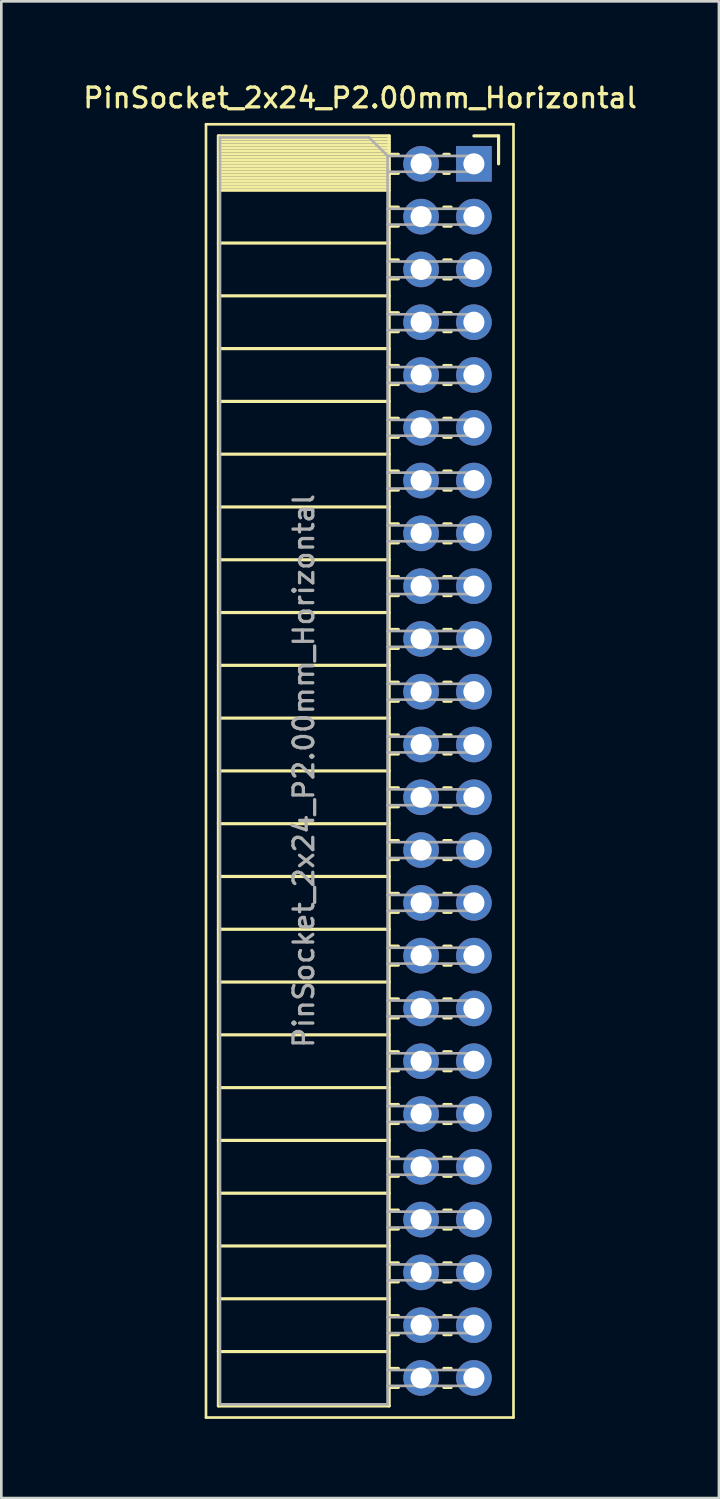
<source format=kicad_pcb>
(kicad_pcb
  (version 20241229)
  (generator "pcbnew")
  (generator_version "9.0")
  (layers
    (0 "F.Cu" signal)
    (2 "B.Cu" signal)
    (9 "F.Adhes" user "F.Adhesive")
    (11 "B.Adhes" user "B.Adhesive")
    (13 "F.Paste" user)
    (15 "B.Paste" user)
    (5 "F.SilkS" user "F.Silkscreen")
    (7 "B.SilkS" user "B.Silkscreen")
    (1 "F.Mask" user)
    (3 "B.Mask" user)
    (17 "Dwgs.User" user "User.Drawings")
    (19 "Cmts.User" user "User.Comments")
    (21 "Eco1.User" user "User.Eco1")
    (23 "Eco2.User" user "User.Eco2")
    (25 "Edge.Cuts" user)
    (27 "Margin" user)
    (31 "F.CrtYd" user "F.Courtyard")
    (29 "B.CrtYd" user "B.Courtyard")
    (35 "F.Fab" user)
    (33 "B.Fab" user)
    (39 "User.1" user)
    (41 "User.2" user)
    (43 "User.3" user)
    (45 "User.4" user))
  (footprint "PinSocket_2x24_P2.00mm_Horizontal"
    (layer "F.Cu")
    (at 14.905 3.158)
    (property "Reference" "PinSocket_2x24_P2.00mm_Horizontal" (at -4.31 -2.5 0) (layer "F.SilkS") (effects (font (size 0.75 0.75) (thickness 0.125))))
    (attr through_hole)
    (fp_line (start -10.15 -1.5) (end -10.15 47.5) (stroke (width 0.1) (type solid)) (layer "F.SilkS"))
    (fp_line (start -10.15 47.5) (end 1.5 47.5) (stroke (width 0.1) (type solid)) (layer "F.SilkS"))
    (fp_line (start -9.68 -1.06) (end -9.68 47.06) (stroke (width 0.12) (type solid)) (layer "F.SilkS"))
    (fp_line (start -9.68 -1.06) (end -3.21 -1.06) (stroke (width 0.12) (type solid)) (layer "F.SilkS"))
    (fp_line (start -9.68 -0.94) (end -3.21 -0.94) (stroke (width 0.12) (type solid)) (layer "F.SilkS"))
    (fp_line (start -9.68 -0.826) (end -3.21 -0.826) (stroke (width 0.12) (type solid)) (layer "F.SilkS"))
    (fp_line (start -9.68 -0.712) (end -3.21 -0.712) (stroke (width 0.12) (type solid)) (layer "F.SilkS"))
    (fp_line (start -9.68 -0.598) (end -3.21 -0.598) (stroke (width 0.12) (type solid)) (layer "F.SilkS"))
    (fp_line (start -9.68 -0.484) (end -3.21 -0.484) (stroke (width 0.12) (type solid)) (layer "F.SilkS"))
    (fp_line (start -9.68 -0.369) (end -3.21 -0.369) (stroke (width 0.12) (type solid)) (layer "F.SilkS"))
    (fp_line (start -9.68 -0.255) (end -3.21 -0.255) (stroke (width 0.12) (type solid)) (layer "F.SilkS"))
    (fp_line (start -9.68 -0.141) (end -3.21 -0.141) (stroke (width 0.12) (type solid)) (layer "F.SilkS"))
    (fp_line (start -9.68 -0.027) (end -3.21 -0.027) (stroke (width 0.12) (type solid)) (layer "F.SilkS"))
    (fp_line (start -9.68 0.087) (end -3.21 0.087) (stroke (width 0.12) (type solid)) (layer "F.SilkS"))
    (fp_line (start -9.68 0.201) (end -3.21 0.201) (stroke (width 0.12) (type solid)) (layer "F.SilkS"))
    (fp_line (start -9.68 0.315) (end -3.21 0.315) (stroke (width 0.12) (type solid)) (layer "F.SilkS"))
    (fp_line (start -9.68 0.429) (end -3.21 0.429) (stroke (width 0.12) (type solid)) (layer "F.SilkS"))
    (fp_line (start -9.68 0.544) (end -3.21 0.544) (stroke (width 0.12) (type solid)) (layer "F.SilkS"))
    (fp_line (start -9.68 0.658) (end -3.21 0.658) (stroke (width 0.12) (type solid)) (layer "F.SilkS"))
    (fp_line (start -9.68 0.772) (end -3.21 0.772) (stroke (width 0.12) (type solid)) (layer "F.SilkS"))
    (fp_line (start -9.68 0.886) (end -3.21 0.886) (stroke (width 0.12) (type solid)) (layer "F.SilkS"))
    (fp_line (start -9.68 1) (end -3.21 1) (stroke (width 0.12) (type solid)) (layer "F.SilkS"))
    (fp_line (start -9.68 3) (end -3.21 3) (stroke (width 0.12) (type solid)) (layer "F.SilkS"))
    (fp_line (start -9.68 5) (end -3.21 5) (stroke (width 0.12) (type solid)) (layer "F.SilkS"))
    (fp_line (start -9.68 7) (end -3.21 7) (stroke (width 0.12) (type solid)) (layer "F.SilkS"))
    (fp_line (start -9.68 9) (end -3.21 9) (stroke (width 0.12) (type solid)) (layer "F.SilkS"))
    (fp_line (start -9.68 11) (end -3.21 11) (stroke (width 0.12) (type solid)) (layer "F.SilkS"))
    (fp_line (start -9.68 13) (end -3.21 13) (stroke (width 0.12) (type solid)) (layer "F.SilkS"))
    (fp_line (start -9.68 15) (end -3.21 15) (stroke (width 0.12) (type solid)) (layer "F.SilkS"))
    (fp_line (start -9.68 17) (end -3.21 17) (stroke (width 0.12) (type solid)) (layer "F.SilkS"))
    (fp_line (start -9.68 19) (end -3.21 19) (stroke (width 0.12) (type solid)) (layer "F.SilkS"))
    (fp_line (start -9.68 21) (end -3.21 21) (stroke (width 0.12) (type solid)) (layer "F.SilkS"))
    (fp_line (start -9.68 23) (end -3.21 23) (stroke (width 0.12) (type solid)) (layer "F.SilkS"))
    (fp_line (start -9.68 25) (end -3.21 25) (stroke (width 0.12) (type solid)) (layer "F.SilkS"))
    (fp_line (start -9.68 27) (end -3.21 27) (stroke (width 0.12) (type solid)) (layer "F.SilkS"))
    (fp_line (start -9.68 29) (end -3.21 29) (stroke (width 0.12) (type solid)) (layer "F.SilkS"))
    (fp_line (start -9.68 31) (end -3.21 31) (stroke (width 0.12) (type solid)) (layer "F.SilkS"))
    (fp_line (start -9.68 33) (end -3.21 33) (stroke (width 0.12) (type solid)) (layer "F.SilkS"))
    (fp_line (start -9.68 35) (end -3.21 35) (stroke (width 0.12) (type solid)) (layer "F.SilkS"))
    (fp_line (start -9.68 37) (end -3.21 37) (stroke (width 0.12) (type solid)) (layer "F.SilkS"))
    (fp_line (start -9.68 39) (end -3.21 39) (stroke (width 0.12) (type solid)) (layer "F.SilkS"))
    (fp_line (start -9.68 41) (end -3.21 41) (stroke (width 0.12) (type solid)) (layer "F.SilkS"))
    (fp_line (start -9.68 43) (end -3.21 43) (stroke (width 0.12) (type solid)) (layer "F.SilkS"))
    (fp_line (start -9.68 45) (end -3.21 45) (stroke (width 0.12) (type solid)) (layer "F.SilkS"))
    (fp_line (start -9.68 47.06) (end -3.21 47.06) (stroke (width 0.12) (type solid)) (layer "F.SilkS"))
    (fp_line (start -3.21 -1.06) (end -3.21 47.06) (stroke (width 0.12) (type solid)) (layer "F.SilkS"))
    (fp_line (start -3.21 -0.36) (end -2.863 -0.36) (stroke (width 0.12) (type solid)) (layer "F.SilkS"))
    (fp_line (start -3.21 0.36) (end -2.863 0.36) (stroke (width 0.12) (type solid)) (layer "F.SilkS"))
    (fp_line (start -3.21 1.64) (end -2.863 1.64) (stroke (width 0.12) (type solid)) (layer "F.SilkS"))
    (fp_line (start -3.21 2.36) (end -2.863 2.36) (stroke (width 0.12) (type solid)) (layer "F.SilkS"))
    (fp_line (start -3.21 3.64) (end -2.863 3.64) (stroke (width 0.12) (type solid)) (layer "F.SilkS"))
    (fp_line (start -3.21 4.36) (end -2.863 4.36) (stroke (width 0.12) (type solid)) (layer "F.SilkS"))
    (fp_line (start -3.21 5.64) (end -2.863 5.64) (stroke (width 0.12) (type solid)) (layer "F.SilkS"))
    (fp_line (start -3.21 6.36) (end -2.863 6.36) (stroke (width 0.12) (type solid)) (layer "F.SilkS"))
    (fp_line (start -3.21 7.64) (end -2.863 7.64) (stroke (width 0.12) (type solid)) (layer "F.SilkS"))
    (fp_line (start -3.21 8.36) (end -2.863 8.36) (stroke (width 0.12) (type solid)) (layer "F.SilkS"))
    (fp_line (start -3.21 9.64) (end -2.863 9.64) (stroke (width 0.12) (type solid)) (layer "F.SilkS"))
    (fp_line (start -3.21 10.36) (end -2.863 10.36) (stroke (width 0.12) (type solid)) (layer "F.SilkS"))
    (fp_line (start -3.21 11.64) (end -2.863 11.64) (stroke (width 0.12) (type solid)) (layer "F.SilkS"))
    (fp_line (start -3.21 12.36) (end -2.863 12.36) (stroke (width 0.12) (type solid)) (layer "F.SilkS"))
    (fp_line (start -3.21 13.64) (end -2.863 13.64) (stroke (width 0.12) (type solid)) (layer "F.SilkS"))
    (fp_line (start -3.21 14.36) (end -2.863 14.36) (stroke (width 0.12) (type solid)) (layer "F.SilkS"))
    (fp_line (start -3.21 15.64) (end -2.863 15.64) (stroke (width 0.12) (type solid)) (layer "F.SilkS"))
    (fp_line (start -3.21 16.36) (end -2.863 16.36) (stroke (width 0.12) (type solid)) (layer "F.SilkS"))
    (fp_line (start -3.21 17.64) (end -2.863 17.64) (stroke (width 0.12) (type solid)) (layer "F.SilkS"))
    (fp_line (start -3.21 18.36) (end -2.863 18.36) (stroke (width 0.12) (type solid)) (layer "F.SilkS"))
    (fp_line (start -3.21 19.64) (end -2.863 19.64) (stroke (width 0.12) (type solid)) (layer "F.SilkS"))
    (fp_line (start -3.21 20.36) (end -2.863 20.36) (stroke (width 0.12) (type solid)) (layer "F.SilkS"))
    (fp_line (start -3.21 21.64) (end -2.863 21.64) (stroke (width 0.12) (type solid)) (layer "F.SilkS"))
    (fp_line (start -3.21 22.36) (end -2.863 22.36) (stroke (width 0.12) (type solid)) (layer "F.SilkS"))
    (fp_line (start -3.21 23.64) (end -2.863 23.64) (stroke (width 0.12) (type solid)) (layer "F.SilkS"))
    (fp_line (start -3.21 24.36) (end -2.863 24.36) (stroke (width 0.12) (type solid)) (layer "F.SilkS"))
    (fp_line (start -3.21 25.64) (end -2.863 25.64) (stroke (width 0.12) (type solid)) (layer "F.SilkS"))
    (fp_line (start -3.21 26.36) (end -2.863 26.36) (stroke (width 0.12) (type solid)) (layer "F.SilkS"))
    (fp_line (start -3.21 27.64) (end -2.863 27.64) (stroke (width 0.12) (type solid)) (layer "F.SilkS"))
    (fp_line (start -3.21 28.36) (end -2.863 28.36) (stroke (width 0.12) (type solid)) (layer "F.SilkS"))
    (fp_line (start -3.21 29.64) (end -2.863 29.64) (stroke (width 0.12) (type solid)) (layer "F.SilkS"))
    (fp_line (start -3.21 30.36) (end -2.863 30.36) (stroke (width 0.12) (type solid)) (layer "F.SilkS"))
    (fp_line (start -3.21 31.64) (end -2.863 31.64) (stroke (width 0.12) (type solid)) (layer "F.SilkS"))
    (fp_line (start -3.21 32.36) (end -2.863 32.36) (stroke (width 0.12) (type solid)) (layer "F.SilkS"))
    (fp_line (start -3.21 33.64) (end -2.863 33.64) (stroke (width 0.12) (type solid)) (layer "F.SilkS"))
    (fp_line (start -3.21 34.36) (end -2.863 34.36) (stroke (width 0.12) (type solid)) (layer "F.SilkS"))
    (fp_line (start -3.21 35.64) (end -2.863 35.64) (stroke (width 0.12) (type solid)) (layer "F.SilkS"))
    (fp_line (start -3.21 36.36) (end -2.863 36.36) (stroke (width 0.12) (type solid)) (layer "F.SilkS"))
    (fp_line (start -3.21 37.64) (end -2.863 37.64) (stroke (width 0.12) (type solid)) (layer "F.SilkS"))
    (fp_line (start -3.21 38.36) (end -2.863 38.36) (stroke (width 0.12) (type solid)) (layer "F.SilkS"))
    (fp_line (start -3.21 39.64) (end -2.863 39.64) (stroke (width 0.12) (type solid)) (layer "F.SilkS"))
    (fp_line (start -3.21 40.36) (end -2.863 40.36) (stroke (width 0.12) (type solid)) (layer "F.SilkS"))
    (fp_line (start -3.21 41.64) (end -2.863 41.64) (stroke (width 0.12) (type solid)) (layer "F.SilkS"))
    (fp_line (start -3.21 42.36) (end -2.863 42.36) (stroke (width 0.12) (type solid)) (layer "F.SilkS"))
    (fp_line (start -3.21 43.64) (end -2.863 43.64) (stroke (width 0.12) (type solid)) (layer "F.SilkS"))
    (fp_line (start -3.21 44.36) (end -2.863 44.36) (stroke (width 0.12) (type solid)) (layer "F.SilkS"))
    (fp_line (start -3.21 45.64) (end -2.863 45.64) (stroke (width 0.12) (type solid)) (layer "F.SilkS"))
    (fp_line (start -3.21 46.36) (end -2.863 46.36) (stroke (width 0.12) (type solid)) (layer "F.SilkS"))
    (fp_line (start -1.137 -0.36) (end -0.935 -0.36) (stroke (width 0.12) (type solid)) (layer "F.SilkS"))
    (fp_line (start -1.137 0.36) (end -0.935 0.36) (stroke (width 0.12) (type solid)) (layer "F.SilkS"))
    (fp_line (start -1.137 1.64) (end -0.863 1.64) (stroke (width 0.12) (type solid)) (layer "F.SilkS"))
    (fp_line (start -1.137 2.36) (end -0.863 2.36) (stroke (width 0.12) (type solid)) (layer "F.SilkS"))
    (fp_line (start -1.137 3.64) (end -0.863 3.64) (stroke (width 0.12) (type solid)) (layer "F.SilkS"))
    (fp_line (start -1.137 4.36) (end -0.863 4.36) (stroke (width 0.12) (type solid)) (layer "F.SilkS"))
    (fp_line (start -1.137 5.64) (end -0.863 5.64) (stroke (width 0.12) (type solid)) (layer "F.SilkS"))
    (fp_line (start -1.137 6.36) (end -0.863 6.36) (stroke (width 0.12) (type solid)) (layer "F.SilkS"))
    (fp_line (start -1.137 7.64) (end -0.863 7.64) (stroke (width 0.12) (type solid)) (layer "F.SilkS"))
    (fp_line (start -1.137 8.36) (end -0.863 8.36) (stroke (width 0.12) (type solid)) (layer "F.SilkS"))
    (fp_line (start -1.137 9.64) (end -0.863 9.64) (stroke (width 0.12) (type solid)) (layer "F.SilkS"))
    (fp_line (start -1.137 10.36) (end -0.863 10.36) (stroke (width 0.12) (type solid)) (layer "F.SilkS"))
    (fp_line (start -1.137 11.64) (end -0.863 11.64) (stroke (width 0.12) (type solid)) (layer "F.SilkS"))
    (fp_line (start -1.137 12.36) (end -0.863 12.36) (stroke (width 0.12) (type solid)) (layer "F.SilkS"))
    (fp_line (start -1.137 13.64) (end -0.863 13.64) (stroke (width 0.12) (type solid)) (layer "F.SilkS"))
    (fp_line (start -1.137 14.36) (end -0.863 14.36) (stroke (width 0.12) (type solid)) (layer "F.SilkS"))
    (fp_line (start -1.137 15.64) (end -0.863 15.64) (stroke (width 0.12) (type solid)) (layer "F.SilkS"))
    (fp_line (start -1.137 16.36) (end -0.863 16.36) (stroke (width 0.12) (type solid)) (layer "F.SilkS"))
    (fp_line (start -1.137 17.64) (end -0.863 17.64) (stroke (width 0.12) (type solid)) (layer "F.SilkS"))
    (fp_line (start -1.137 18.36) (end -0.863 18.36) (stroke (width 0.12) (type solid)) (layer "F.SilkS"))
    (fp_line (start -1.137 19.64) (end -0.863 19.64) (stroke (width 0.12) (type solid)) (layer "F.SilkS"))
    (fp_line (start -1.137 20.36) (end -0.863 20.36) (stroke (width 0.12) (type solid)) (layer "F.SilkS"))
    (fp_line (start -1.137 21.64) (end -0.863 21.64) (stroke (width 0.12) (type solid)) (layer "F.SilkS"))
    (fp_line (start -1.137 22.36) (end -0.863 22.36) (stroke (width 0.12) (type solid)) (layer "F.SilkS"))
    (fp_line (start -1.137 23.64) (end -0.863 23.64) (stroke (width 0.12) (type solid)) (layer "F.SilkS"))
    (fp_line (start -1.137 24.36) (end -0.863 24.36) (stroke (width 0.12) (type solid)) (layer "F.SilkS"))
    (fp_line (start -1.137 25.64) (end -0.863 25.64) (stroke (width 0.12) (type solid)) (layer "F.SilkS"))
    (fp_line (start -1.137 26.36) (end -0.863 26.36) (stroke (width 0.12) (type solid)) (layer "F.SilkS"))
    (fp_line (start -1.137 27.64) (end -0.863 27.64) (stroke (width 0.12) (type solid)) (layer "F.SilkS"))
    (fp_line (start -1.137 28.36) (end -0.863 28.36) (stroke (width 0.12) (type solid)) (layer "F.SilkS"))
    (fp_line (start -1.137 29.64) (end -0.863 29.64) (stroke (width 0.12) (type solid)) (layer "F.SilkS"))
    (fp_line (start -1.137 30.36) (end -0.863 30.36) (stroke (width 0.12) (type solid)) (layer "F.SilkS"))
    (fp_line (start -1.137 31.64) (end -0.863 31.64) (stroke (width 0.12) (type solid)) (layer "F.SilkS"))
    (fp_line (start -1.137 32.36) (end -0.863 32.36) (stroke (width 0.12) (type solid)) (layer "F.SilkS"))
    (fp_line (start -1.137 33.64) (end -0.863 33.64) (stroke (width 0.12) (type solid)) (layer "F.SilkS"))
    (fp_line (start -1.137 34.36) (end -0.863 34.36) (stroke (width 0.12) (type solid)) (layer "F.SilkS"))
    (fp_line (start -1.137 35.64) (end -0.863 35.64) (stroke (width 0.12) (type solid)) (layer "F.SilkS"))
    (fp_line (start -1.137 36.36) (end -0.863 36.36) (stroke (width 0.12) (type solid)) (layer "F.SilkS"))
    (fp_line (start -1.137 37.64) (end -0.863 37.64) (stroke (width 0.12) (type solid)) (layer "F.SilkS"))
    (fp_line (start -1.137 38.36) (end -0.863 38.36) (stroke (width 0.12) (type solid)) (layer "F.SilkS"))
    (fp_line (start -1.137 39.64) (end -0.863 39.64) (stroke (width 0.12) (type solid)) (layer "F.SilkS"))
    (fp_line (start -1.137 40.36) (end -0.863 40.36) (stroke (width 0.12) (type solid)) (layer "F.SilkS"))
    (fp_line (start -1.137 41.64) (end -0.863 41.64) (stroke (width 0.12) (type solid)) (layer "F.SilkS"))
    (fp_line (start -1.137 42.36) (end -0.863 42.36) (stroke (width 0.12) (type solid)) (layer "F.SilkS"))
    (fp_line (start -1.137 43.64) (end -0.863 43.64) (stroke (width 0.12) (type solid)) (layer "F.SilkS"))
    (fp_line (start -1.137 44.36) (end -0.863 44.36) (stroke (width 0.12) (type solid)) (layer "F.SilkS"))
    (fp_line (start -1.137 45.64) (end -0.863 45.64) (stroke (width 0.12) (type solid)) (layer "F.SilkS"))
    (fp_line (start -1.137 46.36) (end -0.863 46.36) (stroke (width 0.12) (type solid)) (layer "F.SilkS"))
    (fp_line (start 0 -1.06) (end 0.935 -1.06) (stroke (width 0.12) (type solid)) (layer "F.SilkS"))
    (fp_line (start 0.935 -1.06) (end 0.935 0) (stroke (width 0.12) (type solid)) (layer "F.SilkS"))
    (fp_line (start 1.5 -1.5) (end -10.15 -1.5) (stroke (width 0.1) (type solid)) (layer "F.SilkS"))
    (fp_line (start 1.5 47.5) (end 1.5 -1.5) (stroke (width 0.1) (type solid)) (layer "F.SilkS"))
    (fp_line (start -9.62 -1) (end -3.97 -1) (stroke (width 0.1) (type solid)) (layer "F.Fab"))
    (fp_line (start -9.62 47) (end -9.62 -1) (stroke (width 0.1) (type solid)) (layer "F.Fab"))
    (fp_line (start -3.97 -1) (end -3.27 -0.3) (stroke (width 0.1) (type solid)) (layer "F.Fab"))
    (fp_line (start -3.27 -0.3) (end -3.27 47) (stroke (width 0.1) (type solid)) (layer "F.Fab"))
    (fp_line (start -3.27 0.3) (end 0 0.3) (stroke (width 0.1) (type solid)) (layer "F.Fab"))
    (fp_line (start -3.27 2.3) (end 0 2.3) (stroke (width 0.1) (type solid)) (layer "F.Fab"))
    (fp_line (start -3.27 4.3) (end 0 4.3) (stroke (width 0.1) (type solid)) (layer "F.Fab"))
    (fp_line (start -3.27 6.3) (end 0 6.3) (stroke (width 0.1) (type solid)) (layer "F.Fab"))
    (fp_line (start -3.27 8.3) (end 0 8.3) (stroke (width 0.1) (type solid)) (layer "F.Fab"))
    (fp_line (start -3.27 10.3) (end 0 10.3) (stroke (width 0.1) (type solid)) (layer "F.Fab"))
    (fp_line (start -3.27 12.3) (end 0 12.3) (stroke (width 0.1) (type solid)) (layer "F.Fab"))
    (fp_line (start -3.27 14.3) (end 0 14.3) (stroke (width 0.1) (type solid)) (layer "F.Fab"))
    (fp_line (start -3.27 16.3) (end 0 16.3) (stroke (width 0.1) (type solid)) (layer "F.Fab"))
    (fp_line (start -3.27 18.3) (end 0 18.3) (stroke (width 0.1) (type solid)) (layer "F.Fab"))
    (fp_line (start -3.27 20.3) (end 0 20.3) (stroke (width 0.1) (type solid)) (layer "F.Fab"))
    (fp_line (start -3.27 22.3) (end 0 22.3) (stroke (width 0.1) (type solid)) (layer "F.Fab"))
    (fp_line (start -3.27 24.3) (end 0 24.3) (stroke (width 0.1) (type solid)) (layer "F.Fab"))
    (fp_line (start -3.27 26.3) (end 0 26.3) (stroke (width 0.1) (type solid)) (layer "F.Fab"))
    (fp_line (start -3.27 28.3) (end 0 28.3) (stroke (width 0.1) (type solid)) (layer "F.Fab"))
    (fp_line (start -3.27 30.3) (end 0 30.3) (stroke (width 0.1) (type solid)) (layer "F.Fab"))
    (fp_line (start -3.27 32.3) (end 0 32.3) (stroke (width 0.1) (type solid)) (layer "F.Fab"))
    (fp_line (start -3.27 34.3) (end 0 34.3) (stroke (width 0.1) (type solid)) (layer "F.Fab"))
    (fp_line (start -3.27 36.3) (end 0 36.3) (stroke (width 0.1) (type solid)) (layer "F.Fab"))
    (fp_line (start -3.27 38.3) (end 0 38.3) (stroke (width 0.1) (type solid)) (layer "F.Fab"))
    (fp_line (start -3.27 40.3) (end 0 40.3) (stroke (width 0.1) (type solid)) (layer "F.Fab"))
    (fp_line (start -3.27 42.3) (end 0 42.3) (stroke (width 0.1) (type solid)) (layer "F.Fab"))
    (fp_line (start -3.27 44.3) (end 0 44.3) (stroke (width 0.1) (type solid)) (layer "F.Fab"))
    (fp_line (start -3.27 46.3) (end 0 46.3) (stroke (width 0.1) (type solid)) (layer "F.Fab"))
    (fp_line (start -3.27 47) (end -9.62 47) (stroke (width 0.1) (type solid)) (layer "F.Fab"))
    (fp_line (start 0 -0.3) (end -3.27 -0.3) (stroke (width 0.1) (type solid)) (layer "F.Fab"))
    (fp_line (start 0 0.3) (end 0 -0.3) (stroke (width 0.1) (type solid)) (layer "F.Fab"))
    (fp_line (start 0 1.7) (end -3.27 1.7) (stroke (width 0.1) (type solid)) (layer "F.Fab"))
    (fp_line (start 0 2.3) (end 0 1.7) (stroke (width 0.1) (type solid)) (layer "F.Fab"))
    (fp_line (start 0 3.7) (end -3.27 3.7) (stroke (width 0.1) (type solid)) (layer "F.Fab"))
    (fp_line (start 0 4.3) (end 0 3.7) (stroke (width 0.1) (type solid)) (layer "F.Fab"))
    (fp_line (start 0 5.7) (end -3.27 5.7) (stroke (width 0.1) (type solid)) (layer "F.Fab"))
    (fp_line (start 0 6.3) (end 0 5.7) (stroke (width 0.1) (type solid)) (layer "F.Fab"))
    (fp_line (start 0 7.7) (end -3.27 7.7) (stroke (width 0.1) (type solid)) (layer "F.Fab"))
    (fp_line (start 0 8.3) (end 0 7.7) (stroke (width 0.1) (type solid)) (layer "F.Fab"))
    (fp_line (start 0 9.7) (end -3.27 9.7) (stroke (width 0.1) (type solid)) (layer "F.Fab"))
    (fp_line (start 0 10.3) (end 0 9.7) (stroke (width 0.1) (type solid)) (layer "F.Fab"))
    (fp_line (start 0 11.7) (end -3.27 11.7) (stroke (width 0.1) (type solid)) (layer "F.Fab"))
    (fp_line (start 0 12.3) (end 0 11.7) (stroke (width 0.1) (type solid)) (layer "F.Fab"))
    (fp_line (start 0 13.7) (end -3.27 13.7) (stroke (width 0.1) (type solid)) (layer "F.Fab"))
    (fp_line (start 0 14.3) (end 0 13.7) (stroke (width 0.1) (type solid)) (layer "F.Fab"))
    (fp_line (start 0 15.7) (end -3.27 15.7) (stroke (width 0.1) (type solid)) (layer "F.Fab"))
    (fp_line (start 0 16.3) (end 0 15.7) (stroke (width 0.1) (type solid)) (layer "F.Fab"))
    (fp_line (start 0 17.7) (end -3.27 17.7) (stroke (width 0.1) (type solid)) (layer "F.Fab"))
    (fp_line (start 0 18.3) (end 0 17.7) (stroke (width 0.1) (type solid)) (layer "F.Fab"))
    (fp_line (start 0 19.7) (end -3.27 19.7) (stroke (width 0.1) (type solid)) (layer "F.Fab"))
    (fp_line (start 0 20.3) (end 0 19.7) (stroke (width 0.1) (type solid)) (layer "F.Fab"))
    (fp_line (start 0 21.7) (end -3.27 21.7) (stroke (width 0.1) (type solid)) (layer "F.Fab"))
    (fp_line (start 0 22.3) (end 0 21.7) (stroke (width 0.1) (type solid)) (layer "F.Fab"))
    (fp_line (start 0 23.7) (end -3.27 23.7) (stroke (width 0.1) (type solid)) (layer "F.Fab"))
    (fp_line (start 0 24.3) (end 0 23.7) (stroke (width 0.1) (type solid)) (layer "F.Fab"))
    (fp_line (start 0 25.7) (end -3.27 25.7) (stroke (width 0.1) (type solid)) (layer "F.Fab"))
    (fp_line (start 0 26.3) (end 0 25.7) (stroke (width 0.1) (type solid)) (layer "F.Fab"))
    (fp_line (start 0 27.7) (end -3.27 27.7) (stroke (width 0.1) (type solid)) (layer "F.Fab"))
    (fp_line (start 0 28.3) (end 0 27.7) (stroke (width 0.1) (type solid)) (layer "F.Fab"))
    (fp_line (start 0 29.7) (end -3.27 29.7) (stroke (width 0.1) (type solid)) (layer "F.Fab"))
    (fp_line (start 0 30.3) (end 0 29.7) (stroke (width 0.1) (type solid)) (layer "F.Fab"))
    (fp_line (start 0 31.7) (end -3.27 31.7) (stroke (width 0.1) (type solid)) (layer "F.Fab"))
    (fp_line (start 0 32.3) (end 0 31.7) (stroke (width 0.1) (type solid)) (layer "F.Fab"))
    (fp_line (start 0 33.7) (end -3.27 33.7) (stroke (width 0.1) (type solid)) (layer "F.Fab"))
    (fp_line (start 0 34.3) (end 0 33.7) (stroke (width 0.1) (type solid)) (layer "F.Fab"))
    (fp_line (start 0 35.7) (end -3.27 35.7) (stroke (width 0.1) (type solid)) (layer "F.Fab"))
    (fp_line (start 0 36.3) (end 0 35.7) (stroke (width 0.1) (type solid)) (layer "F.Fab"))
    (fp_line (start 0 37.7) (end -3.27 37.7) (stroke (width 0.1) (type solid)) (layer "F.Fab"))
    (fp_line (start 0 38.3) (end 0 37.7) (stroke (width 0.1) (type solid)) (layer "F.Fab"))
    (fp_line (start 0 39.7) (end -3.27 39.7) (stroke (width 0.1) (type solid)) (layer "F.Fab"))
    (fp_line (start 0 40.3) (end 0 39.7) (stroke (width 0.1) (type solid)) (layer "F.Fab"))
    (fp_line (start 0 41.7) (end -3.27 41.7) (stroke (width 0.1) (type solid)) (layer "F.Fab"))
    (fp_line (start 0 42.3) (end 0 41.7) (stroke (width 0.1) (type solid)) (layer "F.Fab"))
    (fp_line (start 0 43.7) (end -3.27 43.7) (stroke (width 0.1) (type solid)) (layer "F.Fab"))
    (fp_line (start 0 44.3) (end 0 43.7) (stroke (width 0.1) (type solid)) (layer "F.Fab"))
    (fp_line (start 0 45.7) (end -3.27 45.7) (stroke (width 0.1) (type solid)) (layer "F.Fab"))
    (fp_line (start 0 46.3) (end 0 45.7) (stroke (width 0.1) (type solid)) (layer "F.Fab"))
    (fp_text user "${REFERENCE}" (at -6.445 23 90) (layer "F.Fab") (effects (font (size 0.75 0.75) (thickness 0.125))))
    (pad "1" thru_hole rect (at 0 0) (size 1.35 1.35) (drill 0.8) (layers "*.Cu" "*.Mask"))
    (pad "2" thru_hole oval (at -2 0) (size 1.35 1.35) (drill 0.8) (layers "*.Cu" "*.Mask"))
    (pad "3" thru_hole oval (at 0 2) (size 1.35 1.35) (drill 0.8) (layers "*.Cu" "*.Mask"))
    (pad "4" thru_hole oval (at -2 2) (size 1.35 1.35) (drill 0.8) (layers "*.Cu" "*.Mask"))
    (pad "5" thru_hole oval (at 0 4) (size 1.35 1.35) (drill 0.8) (layers "*.Cu" "*.Mask"))
    (pad "6" thru_hole oval (at -2 4) (size 1.35 1.35) (drill 0.8) (layers "*.Cu" "*.Mask"))
    (pad "7" thru_hole oval (at 0 6) (size 1.35 1.35) (drill 0.8) (layers "*.Cu" "*.Mask"))
    (pad "8" thru_hole oval (at -2 6) (size 1.35 1.35) (drill 0.8) (layers "*.Cu" "*.Mask"))
    (pad "9" thru_hole oval (at 0 8) (size 1.35 1.35) (drill 0.8) (layers "*.Cu" "*.Mask"))
    (pad "10" thru_hole oval (at -2 8) (size 1.35 1.35) (drill 0.8) (layers "*.Cu" "*.Mask"))
    (pad "11" thru_hole oval (at 0 10) (size 1.35 1.35) (drill 0.8) (layers "*.Cu" "*.Mask"))
    (pad "12" thru_hole oval (at -2 10) (size 1.35 1.35) (drill 0.8) (layers "*.Cu" "*.Mask"))
    (pad "13" thru_hole oval (at 0 12) (size 1.35 1.35) (drill 0.8) (layers "*.Cu" "*.Mask"))
    (pad "14" thru_hole oval (at -2 12) (size 1.35 1.35) (drill 0.8) (layers "*.Cu" "*.Mask"))
    (pad "15" thru_hole oval (at 0 14) (size 1.35 1.35) (drill 0.8) (layers "*.Cu" "*.Mask"))
    (pad "16" thru_hole oval (at -2 14) (size 1.35 1.35) (drill 0.8) (layers "*.Cu" "*.Mask"))
    (pad "17" thru_hole oval (at 0 16) (size 1.35 1.35) (drill 0.8) (layers "*.Cu" "*.Mask"))
    (pad "18" thru_hole oval (at -2 16) (size 1.35 1.35) (drill 0.8) (layers "*.Cu" "*.Mask"))
    (pad "19" thru_hole oval (at 0 18) (size 1.35 1.35) (drill 0.8) (layers "*.Cu" "*.Mask"))
    (pad "20" thru_hole oval (at -2 18) (size 1.35 1.35) (drill 0.8) (layers "*.Cu" "*.Mask"))
    (pad "21" thru_hole oval (at 0 20) (size 1.35 1.35) (drill 0.8) (layers "*.Cu" "*.Mask"))
    (pad "22" thru_hole oval (at -2 20) (size 1.35 1.35) (drill 0.8) (layers "*.Cu" "*.Mask"))
    (pad "23" thru_hole oval (at 0 22) (size 1.35 1.35) (drill 0.8) (layers "*.Cu" "*.Mask"))
    (pad "24" thru_hole oval (at -2 22) (size 1.35 1.35) (drill 0.8) (layers "*.Cu" "*.Mask"))
    (pad "25" thru_hole oval (at 0 24) (size 1.35 1.35) (drill 0.8) (layers "*.Cu" "*.Mask"))
    (pad "26" thru_hole oval (at -2 24) (size 1.35 1.35) (drill 0.8) (layers "*.Cu" "*.Mask"))
    (pad "27" thru_hole oval (at 0 26) (size 1.35 1.35) (drill 0.8) (layers "*.Cu" "*.Mask"))
    (pad "28" thru_hole oval (at -2 26) (size 1.35 1.35) (drill 0.8) (layers "*.Cu" "*.Mask"))
    (pad "29" thru_hole oval (at 0 28) (size 1.35 1.35) (drill 0.8) (layers "*.Cu" "*.Mask"))
    (pad "30" thru_hole oval (at -2 28) (size 1.35 1.35) (drill 0.8) (layers "*.Cu" "*.Mask"))
    (pad "31" thru_hole oval (at 0 30) (size 1.35 1.35) (drill 0.8) (layers "*.Cu" "*.Mask"))
    (pad "32" thru_hole oval (at -2 30) (size 1.35 1.35) (drill 0.8) (layers "*.Cu" "*.Mask"))
    (pad "33" thru_hole oval (at 0 32) (size 1.35 1.35) (drill 0.8) (layers "*.Cu" "*.Mask"))
    (pad "34" thru_hole oval (at -2 32) (size 1.35 1.35) (drill 0.8) (layers "*.Cu" "*.Mask"))
    (pad "35" thru_hole oval (at 0 34) (size 1.35 1.35) (drill 0.8) (layers "*.Cu" "*.Mask"))
    (pad "36" thru_hole oval (at -2 34) (size 1.35 1.35) (drill 0.8) (layers "*.Cu" "*.Mask"))
    (pad "37" thru_hole oval (at 0 36) (size 1.35 1.35) (drill 0.8) (layers "*.Cu" "*.Mask"))
    (pad "38" thru_hole oval (at -2 36) (size 1.35 1.35) (drill 0.8) (layers "*.Cu" "*.Mask"))
    (pad "39" thru_hole oval (at 0 38) (size 1.35 1.35) (drill 0.8) (layers "*.Cu" "*.Mask"))
    (pad "40" thru_hole oval (at -2 38) (size 1.35 1.35) (drill 0.8) (layers "*.Cu" "*.Mask"))
    (pad "41" thru_hole oval (at 0 40) (size 1.35 1.35) (drill 0.8) (layers "*.Cu" "*.Mask"))
    (pad "42" thru_hole oval (at -2 40) (size 1.35 1.35) (drill 0.8) (layers "*.Cu" "*.Mask"))
    (pad "43" thru_hole oval (at 0 42) (size 1.35 1.35) (drill 0.8) (layers "*.Cu" "*.Mask"))
    (pad "44" thru_hole oval (at -2 42) (size 1.35 1.35) (drill 0.8) (layers "*.Cu" "*.Mask"))
    (pad "45" thru_hole oval (at 0 44) (size 1.35 1.35) (drill 0.8) (layers "*.Cu" "*.Mask"))
    (pad "46" thru_hole oval (at -2 44) (size 1.35 1.35) (drill 0.8) (layers "*.Cu" "*.Mask"))
    (pad "47" thru_hole oval (at 0 46) (size 1.35 1.35) (drill 0.8) (layers "*.Cu" "*.Mask"))
    (pad "48" thru_hole oval (at -2 46) (size 1.35 1.35) (drill 0.8) (layers "*.Cu" "*.Mask")))
  (gr_rect
    (start -3 -3)
    (end 24.189 53.708)
    (stroke (width 0.1) (type default))
    (fill no)
    (layer "Edge.Cuts")))
</source>
